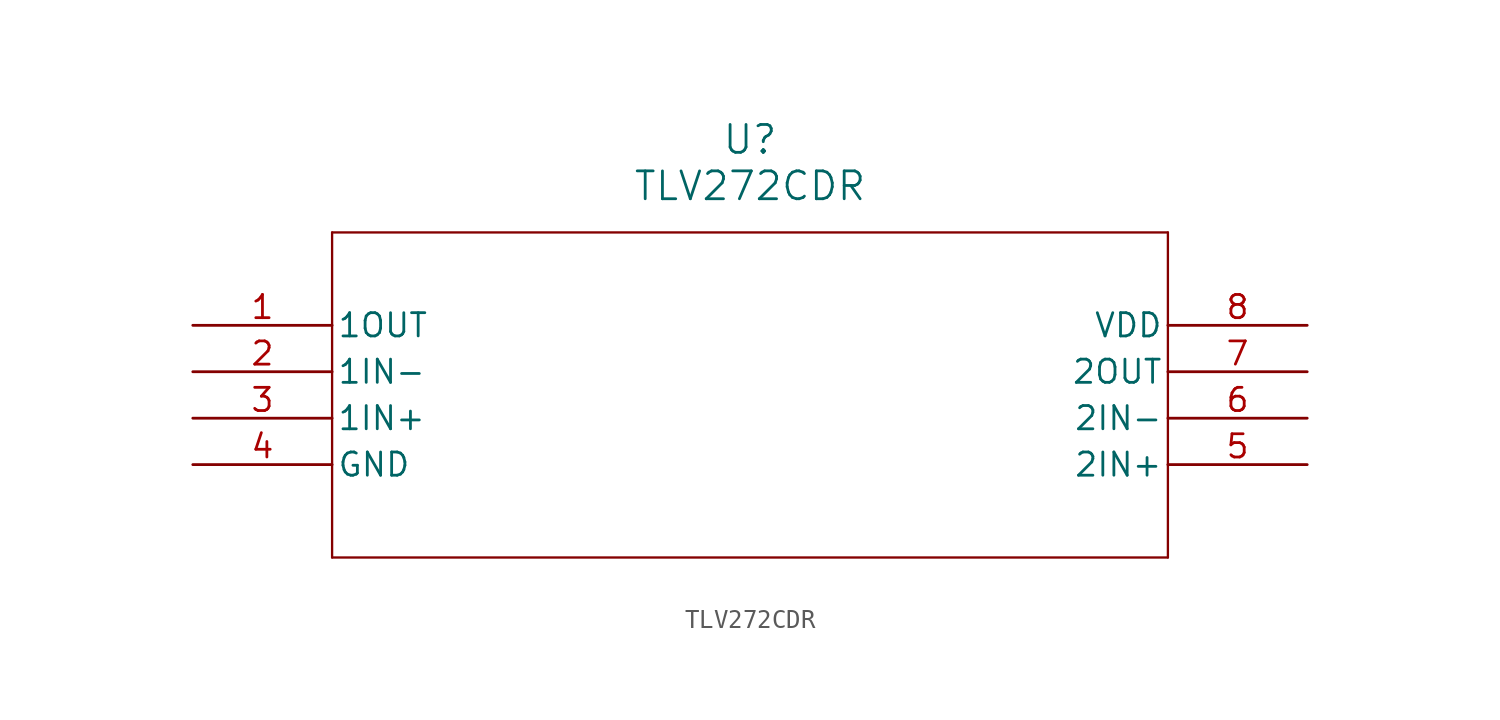
<source format=kicad_sym>
(kicad_symbol_lib
  (version 20211014)
  (generator kicad_symbol_editor)
  (symbol "TLV272CDR"
    (pin_names
      (offset 0.254))
    (property "Reference" "U"
      (at 30.48 10.16 0)
      (effects (font (size 1.524 1.524))))
    (property "Value" "TLV272CDR"
      (at 30.48 7.62 0)
      (effects (font (size 1.524 1.524))))
    (symbol "TLV272CDR_0_1"
      (polyline (pts (xy 7.62 5.08) (xy 7.62 -12.7)) (stroke (width 0.127) (type default) (color 0 0 0 0)) (fill (type none)))
      (polyline (pts (xy 7.62 -12.7) (xy 53.34 -12.7)) (stroke (width 0.127) (type default) (color 0 0 0 0)) (fill (type none)))
      (polyline (pts (xy 53.34 -12.7) (xy 53.34 5.08)) (stroke (width 0.127) (type default) (color 0 0 0 0)) (fill (type none)))
      (polyline (pts (xy 53.34 5.08) (xy 7.62 5.08)) (stroke (width 0.127) (type default) (color 0 0 0 0)) (fill (type none)))
      (pin output line (at 0 0 0) (length 7.62) (name "1OUT" (effects (font (size 1.27 1.27)))) (number "1" (effects (font (size 1.27 1.27)))))
      (pin input line (at 0 -2.54 0) (length 7.62) (name "1IN-" (effects (font (size 1.27 1.27)))) (number "2" (effects (font (size 1.27 1.27)))))
      (pin input line (at 0 -5.08 0) (length 7.62) (name "1IN+" (effects (font (size 1.27 1.27)))) (number "3" (effects (font (size 1.27 1.27)))))
      (pin power_in line (at 0 -7.62 0) (length 7.62) (name "GND" (effects (font (size 1.27 1.27)))) (number "4" (effects (font (size 1.27 1.27)))))
      (pin input line (at 60.96 -7.62 180) (length 7.62) (name "2IN+" (effects (font (size 1.27 1.27)))) (number "5" (effects (font (size 1.27 1.27)))))
      (pin input line (at 60.96 -5.08 180) (length 7.62) (name "2IN-" (effects (font (size 1.27 1.27)))) (number "6" (effects (font (size 1.27 1.27)))))
      (pin output line (at 60.96 -2.54 180) (length 7.62) (name "2OUT" (effects (font (size 1.27 1.27)))) (number "7" (effects (font (size 1.27 1.27)))))
      (pin power_in line (at 60.96 0 180) (length 7.62) (name "VDD" (effects (font (size 1.27 1.27)))) (number "8" (effects (font (size 1.27 1.27))))))))
</source>
